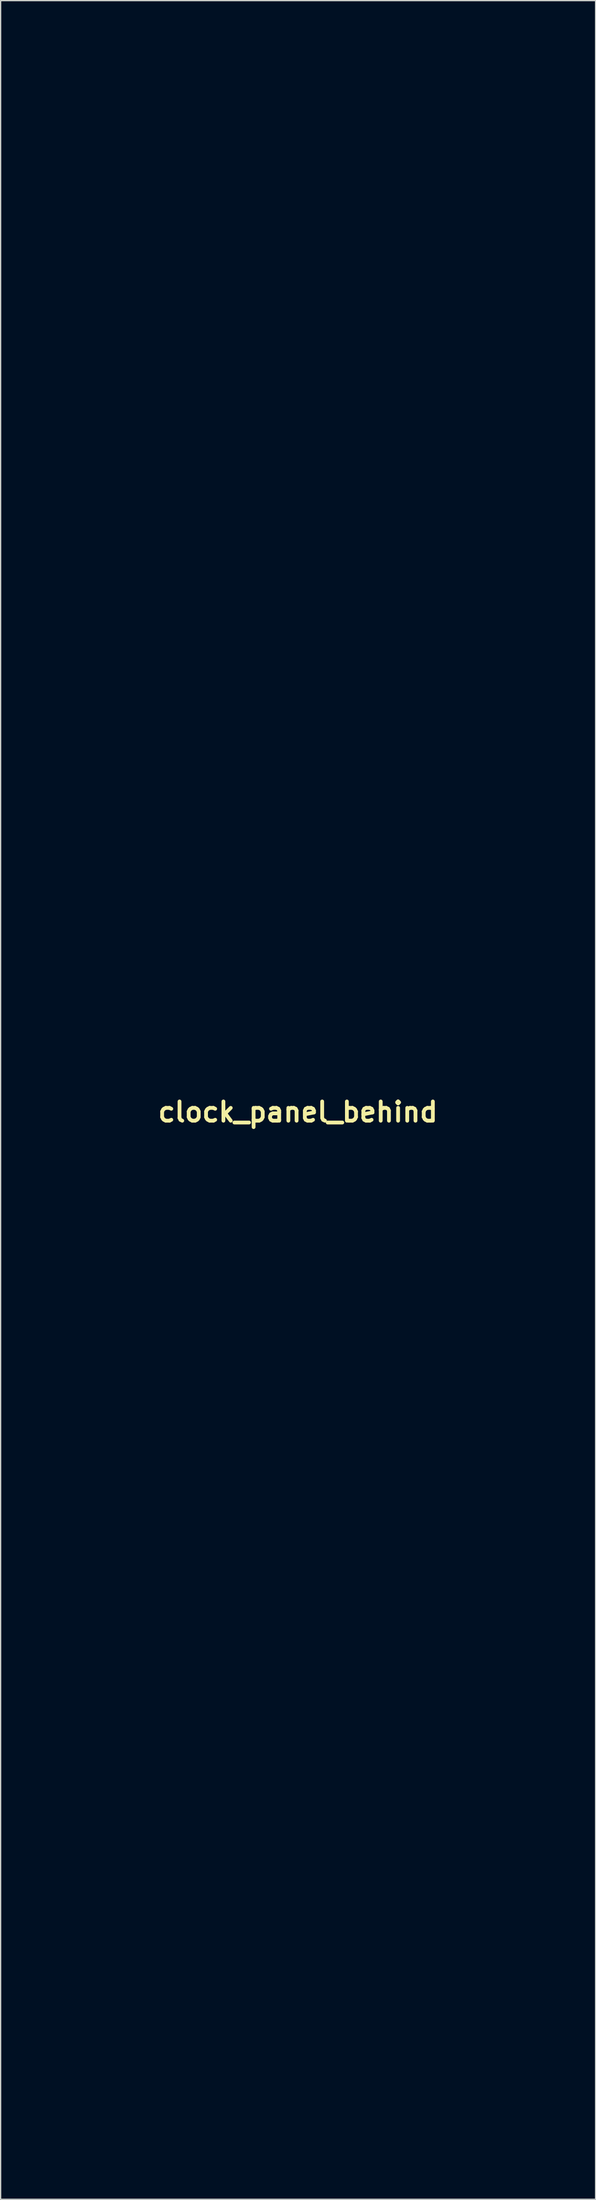
<source format=kicad_pcb>
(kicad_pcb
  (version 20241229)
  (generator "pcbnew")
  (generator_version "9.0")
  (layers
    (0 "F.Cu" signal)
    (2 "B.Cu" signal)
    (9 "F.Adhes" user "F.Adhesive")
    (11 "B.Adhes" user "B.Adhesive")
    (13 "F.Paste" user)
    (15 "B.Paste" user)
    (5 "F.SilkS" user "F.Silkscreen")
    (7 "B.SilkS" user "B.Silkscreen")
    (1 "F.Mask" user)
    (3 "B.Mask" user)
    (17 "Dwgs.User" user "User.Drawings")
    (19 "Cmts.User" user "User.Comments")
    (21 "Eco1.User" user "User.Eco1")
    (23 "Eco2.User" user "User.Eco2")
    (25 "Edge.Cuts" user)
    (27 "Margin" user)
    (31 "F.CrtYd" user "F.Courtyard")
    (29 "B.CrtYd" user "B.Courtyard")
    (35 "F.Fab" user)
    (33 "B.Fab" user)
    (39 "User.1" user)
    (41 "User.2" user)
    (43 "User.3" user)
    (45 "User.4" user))
  (footprint "clock_panel_behind"
    (layer "F.Cu")
    (at 20.594 85.073)
    (property "Reference" "clock_panel_behind" (at 0 0 0) (layer "F.SilkS") (effects (font (size 1.524 1.524) (thickness 0.3))))
    (attr board_only exclude_from_pos_files exclude_from_bom)
    (fp_poly (pts (xy 4.12 -83.337) (xy 4.246 -83.253) (xy 4.346 -83.133) (xy 4.402 -83.001) (xy 4.418 -82.865) (xy 4.397 -82.731) (xy 4.34 -82.609) (xy 4.251 -82.507) (xy 4.132 -82.432) (xy 3.985 -82.392) (xy 3.963 -82.39) (xy 3.867 -82.39) (xy 3.78 -82.401) (xy 3.75 -82.411) (xy 3.61 -82.492) (xy 3.504 -82.603) (xy 3.438 -82.736) (xy 3.414 -82.882) (xy 3.431 -83.01) (xy 3.493 -83.152) (xy 3.587 -83.262) (xy 3.706 -83.338) (xy 3.84 -83.378) (xy 3.981 -83.378)) (stroke (width 0.1) (type solid)) (fill no) (layer "Eco1.User"))
    (fp_poly (pts (xy -0.999 -83.354) (xy -0.863 -83.273) (xy -0.839 -83.253) (xy -0.74 -83.134) (xy -0.685 -83.003) (xy -0.669 -82.866) (xy -0.69 -82.733) (xy -0.746 -82.611) (xy -0.834 -82.508) (xy -0.952 -82.433) (xy -1.096 -82.393) (xy -1.12 -82.39) (xy -1.213 -82.388) (xy -1.295 -82.395) (xy -1.327 -82.402) (xy -1.459 -82.471) (xy -1.565 -82.583) (xy -1.612 -82.663) (xy -1.665 -82.816) (xy -1.668 -82.962) (xy -1.62 -83.101) (xy -1.546 -83.207) (xy -1.423 -83.313) (xy -1.286 -83.373) (xy -1.142 -83.387)) (stroke (width 0.1) (type solid)) (fill no) (layer "Eco1.User"))
    (fp_poly (pts (xy 1.567 -83.343) (xy 1.685 -83.266) (xy 1.782 -83.163) (xy 1.849 -83.041) (xy 1.877 -82.908) (xy 1.875 -82.836) (xy 1.831 -82.679) (xy 1.75 -82.551) (xy 1.636 -82.456) (xy 1.495 -82.401) (xy 1.422 -82.39) (xy 1.33 -82.388) (xy 1.249 -82.395) (xy 1.217 -82.401) (xy 1.112 -82.457) (xy 1.013 -82.546) (xy 0.932 -82.655) (xy 0.88 -82.77) (xy 0.865 -82.86) (xy 0.889 -83.016) (xy 0.956 -83.155) (xy 1.06 -83.269) (xy 1.193 -83.35) (xy 1.3 -83.383) (xy 1.436 -83.384)) (stroke (width 0.1) (type solid)) (fill no) (layer "Eco1.User"))
    (fp_poly (pts (xy -3.518 -83.342) (xy -3.399 -83.265) (xy -3.301 -83.161) (xy -3.233 -83.036) (xy -3.204 -82.9) (xy -3.204 -82.886) (xy -3.223 -82.777) (xy -3.273 -82.659) (xy -3.344 -82.55) (xy -3.425 -82.469) (xy -3.433 -82.464) (xy -3.537 -82.417) (xy -3.664 -82.39) (xy -3.791 -82.387) (xy -3.87 -82.402) (xy -3.94 -82.433) (xy -4.013 -82.477) (xy -4.014 -82.478) (xy -4.074 -82.538) (xy -4.134 -82.628) (xy -4.184 -82.728) (xy -4.215 -82.819) (xy -4.22 -82.86) (xy -4.196 -83.016) (xy -4.129 -83.155) (xy -4.025 -83.269) (xy -3.893 -83.35) (xy -3.785 -83.383) (xy -3.65 -83.384)) (stroke (width 0.1) (type solid)) (fill no) (layer "Eco1.User"))
    (fp_poly (pts (xy -14.892 -83.854) (xy -14.643 -83.792) (xy -14.408 -83.688) (xy -14.194 -83.546) (xy -14.006 -83.368) (xy -13.851 -83.158) (xy -13.784 -83.035) (xy -13.696 -82.819) (xy -13.646 -82.615) (xy -13.631 -82.403) (xy -13.635 -82.295) (xy -13.673 -82.032) (xy -13.753 -81.792) (xy -13.877 -81.564) (xy -13.885 -81.553) (xy -14.056 -81.342) (xy -14.26 -81.167) (xy -14.492 -81.032) (xy -14.74 -80.944) (xy -14.876 -80.92) (xy -15.04 -80.908) (xy -15.213 -80.908) (xy -15.375 -80.92) (xy -15.506 -80.944) (xy -15.752 -81.035) (xy -15.975 -81.169) (xy -16.171 -81.338) (xy -16.335 -81.538) (xy -16.464 -81.762) (xy -16.553 -82.006) (xy -16.598 -82.263) (xy -16.602 -82.377) (xy -16.578 -82.648) (xy -16.507 -82.903) (xy -16.394 -83.138) (xy -16.243 -83.35) (xy -16.057 -83.532) (xy -15.84 -83.68) (xy -15.597 -83.79) (xy -15.408 -83.843) (xy -15.149 -83.873)) (stroke (width 0.1) (type solid)) (fill no) (layer "Eco1.User"))
    (fp_poly (pts (xy -14.856 -55.317) (xy -14.61 -55.256) (xy -14.384 -55.151) (xy -14.172 -54.999) (xy -14.055 -54.891) (xy -13.882 -54.681) (xy -13.752 -54.448) (xy -13.669 -54.199) (xy -13.632 -53.937) (xy -13.643 -53.667) (xy -13.679 -53.483) (xy -13.769 -53.23) (xy -13.899 -53.003) (xy -14.065 -52.805) (xy -14.262 -52.639) (xy -14.484 -52.51) (xy -14.728 -52.421) (xy -14.987 -52.374) (xy -15.258 -52.373) (xy -15.293 -52.377) (xy -15.546 -52.429) (xy -15.787 -52.527) (xy -16.008 -52.665) (xy -16.201 -52.839) (xy -16.361 -53.042) (xy -16.446 -53.193) (xy -16.496 -53.307) (xy -16.54 -53.422) (xy -16.57 -53.518) (xy -16.575 -53.541) (xy -16.605 -53.808) (xy -16.586 -54.074) (xy -16.522 -54.332) (xy -16.413 -54.574) (xy -16.262 -54.794) (xy -16.175 -54.891) (xy -15.971 -55.069) (xy -15.758 -55.2) (xy -15.529 -55.286) (xy -15.277 -55.329) (xy -15.128 -55.335)) (stroke (width 0.1) (type solid)) (fill no) (layer "Eco1.User"))
    (fp_poly (pts (xy 15.647 -55.306) (xy 15.903 -55.225) (xy 16.031 -55.164) (xy 16.119 -55.109) (xy 16.224 -55.03) (xy 16.327 -54.941) (xy 16.364 -54.906) (xy 16.543 -54.697) (xy 16.677 -54.466) (xy 16.764 -54.216) (xy 16.804 -53.951) (xy 16.806 -53.868) (xy 16.797 -53.677) (xy 16.768 -53.507) (xy 16.713 -53.338) (xy 16.649 -53.193) (xy 16.515 -52.968) (xy 16.343 -52.775) (xy 16.141 -52.615) (xy 15.914 -52.492) (xy 15.667 -52.41) (xy 15.406 -52.371) (xy 15.138 -52.379) (xy 15.133 -52.38) (xy 14.874 -52.435) (xy 14.636 -52.534) (xy 14.422 -52.67) (xy 14.236 -52.839) (xy 14.081 -53.035) (xy 13.961 -53.255) (xy 13.879 -53.492) (xy 13.838 -53.742) (xy 13.842 -54.001) (xy 13.879 -54.205) (xy 13.968 -54.464) (xy 14.097 -54.694) (xy 14.258 -54.893) (xy 14.447 -55.059) (xy 14.661 -55.188) (xy 14.892 -55.28) (xy 15.137 -55.332) (xy 15.39 -55.342)) (stroke (width 0.1) (type solid)) (fill no) (layer "Eco1.User"))
    (fp_poly (pts (xy 20.501 17.055) (xy 20.569 17.127) (xy 20.569 32.942) (xy 20.51 32.998) (xy 20.451 33.053) (xy 8.767 33.053) (xy 8.611 32.905) (xy 8.461 32.763) (xy 8.289 32.601) (xy 8.098 32.42) (xy 7.891 32.223) (xy 7.669 32.012) (xy 7.437 31.792) (xy 7.197 31.564) (xy 6.952 31.331) (xy 6.705 31.096) (xy 6.458 30.862) (xy 6.215 30.63) (xy 5.979 30.405) (xy 5.751 30.189) (xy 5.536 29.984) (xy 5.336 29.793) (xy 5.153 29.619) (xy 4.992 29.465) (xy 4.854 29.333) (xy 4.742 29.226) (xy 4.66 29.147) (xy 4.61 29.099) (xy 4.596 29.085) (xy 4.5 28.987) (xy 4.5 17.264) (xy 4.755 17.264) (xy 4.755 23.067) (xy 4.756 28.871) (xy 8.886 32.799) (xy 20.289 32.799) (xy 20.289 17.264) (xy 4.755 17.264) (xy 4.5 17.264) (xy 4.5 17.095) (xy 4.559 17.039) (xy 4.618 16.984) (xy 20.433 16.984)) (stroke (width 0.1) (type solid)) (fill no) (layer "Eco1.User"))
    (fp_poly (pts (xy 15.605 -83.845) (xy 15.854 -83.771) (xy 16.091 -83.651) (xy 16.308 -83.486) (xy 16.374 -83.423) (xy 16.551 -83.209) (xy 16.684 -82.974) (xy 16.77 -82.722) (xy 16.808 -82.457) (xy 16.798 -82.185) (xy 16.778 -82.068) (xy 16.704 -81.828) (xy 16.586 -81.603) (xy 16.429 -81.398) (xy 16.241 -81.22) (xy 16.027 -81.076) (xy 15.794 -80.971) (xy 15.699 -80.943) (xy 15.554 -80.917) (xy 15.382 -80.907) (xy 15.202 -80.91) (xy 15.034 -80.926) (xy 14.912 -80.952) (xy 14.659 -81.051) (xy 14.431 -81.192) (xy 14.233 -81.37) (xy 14.145 -81.475) (xy 14.048 -81.612) (xy 13.978 -81.734) (xy 13.926 -81.862) (xy 13.881 -82.016) (xy 13.881 -82.016) (xy 13.839 -82.279) (xy 13.845 -82.548) (xy 13.899 -82.813) (xy 13.999 -83.066) (xy 14.015 -83.098) (xy 14.101 -83.231) (xy 14.218 -83.372) (xy 14.351 -83.505) (xy 14.487 -83.616) (xy 14.569 -83.668) (xy 14.824 -83.785) (xy 15.084 -83.852) (xy 15.346 -83.872)) (stroke (width 0.1) (type solid)) (fill no) (layer "Eco1.User"))
    (fp_poly (pts (xy -4.53 17.043) (xy -4.475 17.102) (xy -4.475 32.942) (xy -4.534 32.998) (xy -4.593 33.053) (xy -16.27 33.053) (xy -18.391 31.033) (xy -18.668 30.769) (xy -18.934 30.515) (xy -19.188 30.272) (xy -19.427 30.043) (xy -19.649 29.83) (xy -19.851 29.635) (xy -20.031 29.461) (xy -20.187 29.31) (xy -20.317 29.184) (xy -20.418 29.085) (xy -20.487 29.015) (xy -20.523 28.977) (xy -20.528 28.971) (xy -20.529 28.943) (xy -20.53 28.878) (xy -20.264 28.878) (xy -18.211 30.837) (xy -16.158 32.795) (xy -10.443 32.797) (xy -4.729 32.799) (xy -4.729 17.264) (xy -20.264 17.264) (xy -20.264 28.878) (xy -20.53 28.878) (xy -20.531 28.865) (xy -20.532 28.741) (xy -20.533 28.573) (xy -20.535 28.363) (xy -20.536 28.114) (xy -20.537 27.827) (xy -20.538 27.506) (xy -20.539 27.151) (xy -20.54 26.766) (xy -20.541 26.353) (xy -20.542 25.913) (xy -20.542 25.45) (xy -20.543 24.965) (xy -20.543 24.461) (xy -20.544 23.94) (xy -20.544 23.404) (xy -20.544 23.028) (xy -20.544 17.127) (xy -20.475 17.055) (xy -20.407 16.984) (xy -4.585 16.984)) (stroke (width 0.1) (type solid)) (fill no) (layer "Eco1.User"))
    (fp_poly (pts (xy 17.95 -84.88) (xy 17.95 -51.343) (xy 17.892 -51.288) (xy 17.833 -51.232) (xy 7.103 -51.232) (xy 7.047 -51.291) (xy 7.036 -51.304) (xy 7.026 -51.319) (xy 7.017 -51.341) (xy 7.011 -51.372) (xy 7.005 -51.418) (xy 7 -51.483) (xy 6.997 -51.569) (xy 6.994 -51.683) (xy 6.992 -51.827) (xy 6.99 -52.005) (xy 6.989 -52.222) (xy 6.987 -52.482) (xy 6.986 -52.785) (xy 6.979 -54.22) (xy -6.776 -54.22) (xy -6.782 -52.785) (xy -6.784 -52.478) (xy -6.785 -52.219) (xy -6.787 -52.003) (xy -6.788 -51.825) (xy -6.791 -51.681) (xy -6.793 -51.568) (xy -6.797 -51.482) (xy -6.802 -51.418) (xy -6.807 -51.372) (xy -6.814 -51.34) (xy -6.822 -51.319) (xy -6.832 -51.304) (xy -6.844 -51.291) (xy -6.899 -51.232) (xy -17.636 -51.232) (xy -17.747 -51.35) (xy -17.747 -51.486) (xy -17.493 -51.486) (xy -7.043 -51.486) (xy -7.043 -54.344) (xy -6.975 -54.415) (xy -6.906 -54.487) (xy 7.11 -54.487) (xy 7.178 -54.415) (xy 7.246 -54.344) (xy 7.246 -51.486) (xy 17.696 -51.486) (xy 17.696 -84.743) (xy -17.493 -84.743) (xy -17.493 -51.486) (xy -17.747 -51.486) (xy -17.747 -84.88) (xy -17.679 -84.951) (xy -17.61 -85.023) (xy 17.814 -85.023)) (stroke (width 0.1) (type solid)) (fill no) (layer "Eco1.User"))
    (fp_poly (pts (xy 20.501 42.074) (xy 20.569 42.145) (xy 20.569 57.954) (xy 20.501 58.026) (xy 20.433 58.097) (xy 14.634 58.095) (xy 14.094 58.095) (xy 13.567 58.095) (xy 13.056 58.094) (xy 12.562 58.094) (xy 12.088 58.093) (xy 11.637 58.092) (xy 11.21 58.09) (xy 10.81 58.089) (xy 10.439 58.088) (xy 10.1 58.086) (xy 9.794 58.085) (xy 9.524 58.083) (xy 9.292 58.081) (xy 9.101 58.08) (xy 8.953 58.078) (xy 8.85 58.076) (xy 8.794 58.074) (xy 8.784 58.073) (xy 8.761 58.054) (xy 8.704 58.002) (xy 8.615 57.92) (xy 8.499 57.812) (xy 8.357 57.68) (xy 8.192 57.526) (xy 8.008 57.353) (xy 7.807 57.164) (xy 7.593 56.962) (xy 7.367 56.749) (xy 7.134 56.528) (xy 6.895 56.303) (xy 6.654 56.074) (xy 6.413 55.846) (xy 6.176 55.621) (xy 5.945 55.402) (xy 5.723 55.191) (xy 5.513 54.991) (xy 5.318 54.805) (xy 5.141 54.635) (xy 4.984 54.485) (xy 4.851 54.357) (xy 4.745 54.254) (xy 4.667 54.178) (xy 4.634 54.144) (xy 4.5 54.008) (xy 4.5 53.891) (xy 4.755 53.891) (xy 8.877 57.817) (xy 20.289 57.817) (xy 20.289 42.282) (xy 4.755 42.282) (xy 4.755 53.891) (xy 4.5 53.891) (xy 4.5 42.145) (xy 4.569 42.074) (xy 4.637 42.003) (xy 20.433 42.003)) (stroke (width 0.1) (type solid)) (fill no) (layer "Eco1.User"))
    (fp_poly (pts (xy -11.961 69.593) (xy -11.446 69.669) (xy -10.941 69.795) (xy -10.448 69.968) (xy -10.072 70.138) (xy -9.7 70.337) (xy -9.365 70.55) (xy -9.052 70.786) (xy -8.748 71.054) (xy -8.554 71.246) (xy -8.259 71.57) (xy -8.002 71.903) (xy -7.772 72.258) (xy -7.562 72.648) (xy -7.528 72.717) (xy -7.327 73.191) (xy -7.173 73.679) (xy -7.067 74.175) (xy -7.008 74.678) (xy -6.996 75.184) (xy -7.03 75.688) (xy -7.11 76.188) (xy -7.236 76.68) (xy -7.408 77.161) (xy -7.624 77.627) (xy -7.884 78.075) (xy -8.111 78.399) (xy -8.439 78.794) (xy -8.804 79.155) (xy -9.202 79.481) (xy -9.628 79.769) (xy -10.079 80.016) (xy -10.551 80.222) (xy -11.041 80.383) (xy -11.544 80.497) (xy -11.782 80.534) (xy -12.004 80.556) (xy -12.258 80.568) (xy -12.529 80.571) (xy -12.8 80.565) (xy -13.056 80.55) (xy -13.28 80.527) (xy -13.316 80.522) (xy -13.833 80.418) (xy -14.332 80.268) (xy -14.811 80.073) (xy -15.268 79.835) (xy -15.7 79.557) (xy -16.103 79.239) (xy -16.477 78.885) (xy -16.817 78.495) (xy -17.121 78.072) (xy -17.387 77.619) (xy -17.467 77.459) (xy -17.669 76.988) (xy -17.823 76.509) (xy -17.929 76.017) (xy -17.989 75.51) (xy -18.003 75.091) (xy -17.995 74.727) (xy -17.97 74.396) (xy -17.924 74.083) (xy -17.855 73.77) (xy -17.76 73.443) (xy -17.718 73.314) (xy -17.528 72.827) (xy -17.295 72.365) (xy -17.023 71.931) (xy -16.713 71.526) (xy -16.369 71.154) (xy -15.993 70.816) (xy -15.587 70.513) (xy -15.154 70.249) (xy -14.698 70.025) (xy -14.219 69.842) (xy -13.722 69.704) (xy -13.208 69.613) (xy -13.005 69.59) (xy -12.482 69.567)) (stroke (width 0.1) (type solid)) (fill no) (layer "Eco1.User"))
    (fp_poly (pts (xy -12.034 19.544) (xy -11.579 19.596) (xy -11.143 19.686) (xy -10.714 19.817) (xy -10.284 19.99) (xy -10.079 20.085) (xy -9.618 20.338) (xy -9.188 20.63) (xy -8.791 20.958) (xy -8.429 21.321) (xy -8.103 21.714) (xy -7.815 22.136) (xy -7.567 22.584) (xy -7.361 23.055) (xy -7.198 23.547) (xy -7.081 24.057) (xy -7.018 24.506) (xy -6.993 25.015) (xy -7.017 25.526) (xy -7.089 26.035) (xy -7.208 26.536) (xy -7.374 27.024) (xy -7.566 27.456) (xy -7.765 27.828) (xy -7.978 28.163) (xy -8.214 28.476) (xy -8.482 28.78) (xy -8.674 28.974) (xy -9.067 29.323) (xy -9.488 29.629) (xy -9.933 29.893) (xy -10.4 30.114) (xy -10.885 30.289) (xy -11.386 30.418) (xy -11.899 30.5) (xy -12.422 30.533) (xy -12.942 30.518) (xy -13.093 30.503) (xy -13.275 30.477) (xy -13.469 30.445) (xy -13.658 30.409) (xy -13.822 30.372) (xy -13.833 30.369) (xy -14.338 30.218) (xy -14.82 30.022) (xy -15.275 29.785) (xy -15.703 29.508) (xy -16.102 29.195) (xy -16.468 28.847) (xy -16.801 28.467) (xy -17.099 28.056) (xy -17.358 27.618) (xy -17.578 27.154) (xy -17.757 26.667) (xy -17.892 26.159) (xy -17.976 25.667) (xy -17.99 25.52) (xy -17.998 25.336) (xy -18.002 25.129) (xy -18.001 24.913) (xy -17.995 24.701) (xy -17.985 24.508) (xy -17.971 24.346) (xy -17.965 24.307) (xy -17.866 23.774) (xy -17.722 23.264) (xy -17.532 22.776) (xy -17.298 22.313) (xy -17.019 21.875) (xy -16.696 21.461) (xy -16.488 21.233) (xy -16.097 20.859) (xy -15.681 20.531) (xy -15.244 20.248) (xy -14.786 20.011) (xy -14.309 19.82) (xy -13.813 19.676) (xy -13.301 19.58) (xy -12.774 19.533) (xy -12.517 19.527)) (stroke (width 0.1) (type solid)) (fill no) (layer "Eco1.User"))
    (fp_poly (pts (xy -4.53 67.106) (xy -4.475 67.165) (xy -4.475 83.005) (xy -4.593 83.116) (xy -10.401 83.114) (xy -10.951 83.114) (xy -11.487 83.113) (xy -12.006 83.113) (xy -12.505 83.112) (xy -12.984 83.111) (xy -13.438 83.11) (xy -13.867 83.109) (xy -14.268 83.108) (xy -14.639 83.106) (xy -14.977 83.105) (xy -15.28 83.103) (xy -15.547 83.101) (xy -15.775 83.099) (xy -15.962 83.097) (xy -16.105 83.095) (xy -16.203 83.093) (xy -16.253 83.091) (xy -16.26 83.09) (xy -16.285 83.07) (xy -16.345 83.017) (xy -16.435 82.934) (xy -16.554 82.824) (xy -16.698 82.689) (xy -16.864 82.533) (xy -17.05 82.358) (xy -17.253 82.167) (xy -17.469 81.962) (xy -17.697 81.747) (xy -17.932 81.523) (xy -18.173 81.294) (xy -18.417 81.062) (xy -18.66 80.831) (xy -18.9 80.602) (xy -19.134 80.378) (xy -19.359 80.163) (xy -19.572 79.958) (xy -19.77 79.767) (xy -19.951 79.593) (xy -20.112 79.437) (xy -20.25 79.304) (xy -20.362 79.194) (xy -20.444 79.112) (xy -20.495 79.06) (xy -20.512 79.041) (xy -20.515 79.025) (xy -20.518 78.988) (xy -20.522 78.93) (xy -20.524 78.847) (xy -20.527 78.74) (xy -20.529 78.606) (xy -20.531 78.444) (xy -20.533 78.251) (xy -20.535 78.027) (xy -20.537 77.77) (xy -20.538 77.478) (xy -20.539 77.15) (xy -20.54 76.783) (xy -20.541 76.377) (xy -20.542 75.93) (xy -20.542 75.439) (xy -20.543 74.904) (xy -20.543 74.323) (xy -20.543 73.694) (xy -20.543 73.071) (xy -20.544 67.301) (xy -20.264 67.301) (xy -20.263 78.933) (xy -16.159 82.836) (xy -4.729 82.836) (xy -4.729 67.301) (xy -20.264 67.301) (xy -20.544 67.301) (xy -20.544 67.157) (xy -20.426 67.047) (xy -4.585 67.047)) (stroke (width 0.1) (type solid)) (fill no) (layer "Eco1.User"))
    (fp_poly (pts (xy 13.037 69.593) (xy 13.536 69.663) (xy 14.028 69.778) (xy 14.509 69.937) (xy 14.976 70.141) (xy 15.424 70.389) (xy 15.851 70.681) (xy 15.966 70.771) (xy 16.352 71.111) (xy 16.705 71.489) (xy 17.023 71.899) (xy 17.303 72.338) (xy 17.542 72.801) (xy 17.737 73.283) (xy 17.876 73.743) (xy 17.939 74.037) (xy 17.986 74.366) (xy 18.016 74.712) (xy 18.03 75.061) (xy 18.025 75.398) (xy 18.002 75.707) (xy 18 75.717) (xy 17.914 76.232) (xy 17.78 76.732) (xy 17.601 77.215) (xy 17.379 77.677) (xy 17.116 78.116) (xy 16.813 78.529) (xy 16.474 78.913) (xy 16.1 79.264) (xy 15.693 79.581) (xy 15.255 79.86) (xy 14.936 80.028) (xy 14.565 80.193) (xy 14.187 80.328) (xy 13.786 80.437) (xy 13.437 80.511) (xy 13.314 80.528) (xy 13.151 80.542) (xy 12.96 80.553) (xy 12.75 80.56) (xy 12.534 80.564) (xy 12.322 80.564) (xy 12.126 80.561) (xy 11.955 80.553) (xy 11.822 80.541) (xy 11.797 80.537) (xy 11.256 80.43) (xy 10.741 80.28) (xy 10.251 80.086) (xy 9.786 79.849) (xy 9.344 79.566) (xy 8.972 79.28) (xy 8.594 78.931) (xy 8.253 78.549) (xy 7.951 78.138) (xy 7.688 77.701) (xy 7.467 77.242) (xy 7.288 76.764) (xy 7.154 76.271) (xy 7.065 75.767) (xy 7.023 75.254) (xy 7.03 74.737) (xy 7.044 74.56) (xy 7.118 74.04) (xy 7.24 73.533) (xy 7.41 73.042) (xy 7.626 72.569) (xy 7.885 72.118) (xy 8.188 71.693) (xy 8.532 71.295) (xy 8.579 71.246) (xy 8.862 70.972) (xy 9.142 70.734) (xy 9.433 70.522) (xy 9.748 70.326) (xy 10.081 70.147) (xy 10.551 69.937) (xy 11.035 69.775) (xy 11.529 69.66) (xy 12.03 69.591) (xy 12.534 69.569)) (stroke (width 0.1) (type solid)) (fill no) (layer "Eco1.User"))
    (fp_poly (pts (xy -12.103 44.561) (xy -11.599 44.618) (xy -11.103 44.722) (xy -10.619 44.873) (xy -10.44 44.942) (xy -9.958 45.165) (xy -9.505 45.429) (xy -9.083 45.731) (xy -8.695 46.069) (xy -8.342 46.441) (xy -8.025 46.844) (xy -7.746 47.277) (xy -7.508 47.738) (xy -7.31 48.223) (xy -7.156 48.732) (xy -7.052 49.236) (xy -7.029 49.417) (xy -7.014 49.635) (xy -7.006 49.876) (xy -7.004 50.126) (xy -7.01 50.372) (xy -7.022 50.601) (xy -7.042 50.798) (xy -7.051 50.864) (xy -7.161 51.387) (xy -7.315 51.889) (xy -7.511 52.368) (xy -7.748 52.822) (xy -8.022 53.249) (xy -8.332 53.646) (xy -8.676 54.012) (xy -9.051 54.344) (xy -9.456 54.64) (xy -9.888 54.899) (xy -10.345 55.119) (xy -10.824 55.296) (xy -11.325 55.43) (xy -11.844 55.518) (xy -11.93 55.528) (xy -12.055 55.538) (xy -12.215 55.545) (xy -12.397 55.549) (xy -12.585 55.55) (xy -12.764 55.548) (xy -12.919 55.543) (xy -13.005 55.537) (xy -13.173 55.518) (xy -13.372 55.487) (xy -13.583 55.447) (xy -13.789 55.403) (xy -13.908 55.373) (xy -14.407 55.217) (xy -14.88 55.019) (xy -15.329 54.777) (xy -15.755 54.49) (xy -16.161 54.157) (xy -16.401 53.929) (xy -16.761 53.534) (xy -17.076 53.115) (xy -17.347 52.673) (xy -17.572 52.21) (xy -17.751 51.727) (xy -17.883 51.226) (xy -17.968 50.708) (xy -18.005 50.175) (xy -17.998 49.719) (xy -17.947 49.212) (xy -17.848 48.713) (xy -17.702 48.228) (xy -17.51 47.758) (xy -17.276 47.307) (xy -17 46.878) (xy -16.684 46.474) (xy -16.331 46.098) (xy -15.941 45.753) (xy -15.518 45.442) (xy -15.477 45.415) (xy -15.042 45.161) (xy -14.584 44.95) (xy -14.107 44.783) (xy -13.617 44.66) (xy -13.116 44.582) (xy -12.61 44.549)) (stroke (width 0.1) (type solid)) (fill no) (layer "Eco1.User"))
    (fp_poly (pts (xy 12.685 19.534) (xy 12.903 19.541) (xy 13.107 19.553) (xy 13.286 19.568) (xy 13.427 19.587) (xy 13.437 19.589) (xy 13.855 19.679) (xy 14.24 19.789) (xy 14.609 19.925) (xy 14.967 20.087) (xy 15.418 20.337) (xy 15.843 20.629) (xy 16.239 20.96) (xy 16.603 21.326) (xy 16.931 21.724) (xy 17.223 22.151) (xy 17.474 22.605) (xy 17.682 23.081) (xy 17.76 23.298) (xy 17.892 23.772) (xy 17.981 24.265) (xy 18.026 24.77) (xy 18.027 25.278) (xy 17.982 25.783) (xy 17.893 26.276) (xy 17.887 26.303) (xy 17.774 26.702) (xy 17.622 27.109) (xy 17.44 27.509) (xy 17.233 27.886) (xy 17.109 28.082) (xy 16.797 28.503) (xy 16.45 28.889) (xy 16.072 29.238) (xy 15.666 29.549) (xy 15.234 29.82) (xy 14.781 30.049) (xy 14.308 30.237) (xy 13.819 30.38) (xy 13.318 30.477) (xy 12.807 30.528) (xy 12.289 30.53) (xy 11.975 30.507) (xy 11.737 30.475) (xy 11.472 30.427) (xy 11.198 30.366) (xy 10.937 30.297) (xy 10.782 30.25) (xy 10.59 30.18) (xy 10.371 30.087) (xy 10.139 29.98) (xy 9.91 29.864) (xy 9.698 29.748) (xy 9.518 29.638) (xy 9.496 29.624) (xy 9.07 29.308) (xy 8.68 28.96) (xy 8.329 28.582) (xy 8.016 28.176) (xy 7.744 27.747) (xy 7.513 27.295) (xy 7.325 26.826) (xy 7.18 26.34) (xy 7.082 25.842) (xy 7.029 25.335) (xy 7.024 24.82) (xy 7.068 24.301) (xy 7.121 23.976) (xy 7.244 23.469) (xy 7.412 22.982) (xy 7.623 22.518) (xy 7.875 22.079) (xy 8.164 21.667) (xy 8.488 21.284) (xy 8.846 20.932) (xy 9.235 20.614) (xy 9.652 20.332) (xy 10.095 20.088) (xy 10.561 19.884) (xy 11.049 19.722) (xy 11.555 19.605) (xy 11.922 19.551) (xy 12.073 19.539) (xy 12.258 19.532) (xy 12.466 19.531)) (stroke (width 0.1) (type solid)) (fill no) (layer "Eco1.User"))
    (fp_poly (pts (xy -4.543 42.074) (xy -4.475 42.145) (xy -4.475 57.954) (xy -4.543 58.026) (xy -4.612 58.097) (xy -10.41 58.096) (xy -11.081 58.096) (xy -11.702 58.096) (xy -12.276 58.095) (xy -12.804 58.095) (xy -13.287 58.094) (xy -13.727 58.093) (xy -14.126 58.092) (xy -14.485 58.091) (xy -14.806 58.09) (xy -15.09 58.089) (xy -15.339 58.087) (xy -15.554 58.085) (xy -15.738 58.083) (xy -15.891 58.081) (xy -16.016 58.078) (xy -16.113 58.076) (xy -16.185 58.073) (xy -16.233 58.069) (xy -16.259 58.066) (xy -16.263 58.064) (xy -16.29 58.042) (xy -16.35 57.988) (xy -16.441 57.904) (xy -16.56 57.792) (xy -16.705 57.657) (xy -16.872 57.5) (xy -17.058 57.324) (xy -17.261 57.132) (xy -17.478 56.927) (xy -17.706 56.711) (xy -17.942 56.487) (xy -18.183 56.257) (xy -18.426 56.025) (xy -18.669 55.794) (xy -18.909 55.565) (xy -19.143 55.342) (xy -19.367 55.127) (xy -19.58 54.923) (xy -19.778 54.733) (xy -19.958 54.56) (xy -20.118 54.406) (xy -20.255 54.273) (xy -20.365 54.166) (xy -20.447 54.085) (xy -20.496 54.035) (xy -20.511 54.018) (xy -20.515 54.002) (xy -20.518 53.963) (xy -20.521 53.902) (xy -20.524 53.815) (xy -20.526 53.702) (xy -20.529 53.561) (xy -20.531 53.39) (xy -20.533 53.189) (xy -20.534 52.954) (xy -20.536 52.686) (xy -20.537 52.381) (xy -20.539 52.039) (xy -20.54 51.659) (xy -20.54 51.237) (xy -20.541 50.774) (xy -20.542 50.267) (xy -20.542 49.714) (xy -20.543 49.115) (xy -20.543 48.468) (xy -20.543 48.055) (xy -20.544 42.282) (xy -20.264 42.282) (xy -20.262 48.099) (xy -20.26 53.915) (xy -18.209 55.865) (xy -16.158 57.816) (xy -10.443 57.817) (xy -4.729 57.817) (xy -4.729 42.282) (xy -20.264 42.282) (xy -20.544 42.282) (xy -20.544 42.145) (xy -20.475 42.074) (xy -20.407 42.003) (xy -4.612 42.003)) (stroke (width 0.1) (type solid)) (fill no) (layer "Eco1.User"))
    (fp_poly (pts (xy 20.514 67.106) (xy 20.569 67.165) (xy 20.569 82.973) (xy 20.501 83.044) (xy 20.433 83.116) (xy 14.621 83.116) (xy 13.978 83.116) (xy 13.385 83.116) (xy 12.838 83.116) (xy 12.336 83.115) (xy 11.878 83.115) (xy 11.46 83.115) (xy 11.082 83.114) (xy 10.741 83.114) (xy 10.435 83.113) (xy 10.162 83.112) (xy 9.921 83.111) (xy 9.709 83.11) (xy 9.525 83.108) (xy 9.366 83.106) (xy 9.231 83.105) (xy 9.117 83.102) (xy 9.023 83.1) (xy 8.946 83.097) (xy 8.886 83.094) (xy 8.839 83.091) (xy 8.803 83.087) (xy 8.778 83.083) (xy 8.761 83.079) (xy 8.75 83.075) (xy 8.746 83.072) (xy 8.716 83.047) (xy 8.653 82.989) (xy 8.559 82.902) (xy 8.438 82.789) (xy 8.292 82.652) (xy 8.124 82.493) (xy 7.937 82.316) (xy 7.733 82.123) (xy 7.517 81.917) (xy 7.289 81.701) (xy 7.054 81.477) (xy 6.814 81.248) (xy 6.572 81.017) (xy 6.33 80.786) (xy 6.092 80.558) (xy 5.86 80.337) (xy 5.638 80.123) (xy 5.427 79.921) (xy 5.232 79.733) (xy 5.054 79.562) (xy 4.896 79.409) (xy 4.762 79.279) (xy 4.655 79.174) (xy 4.576 79.096) (xy 4.529 79.048) (xy 4.516 79.034) (xy 4.515 79.005) (xy 4.513 78.927) (xy 4.513 78.915) (xy 4.755 78.915) (xy 8.861 82.833) (xy 14.575 82.834) (xy 20.289 82.836) (xy 20.289 67.301) (xy 4.755 67.301) (xy 4.755 78.915) (xy 4.513 78.915) (xy 4.512 78.803) (xy 4.51 78.636) (xy 4.509 78.426) (xy 4.508 78.176) (xy 4.507 77.89) (xy 4.506 77.568) (xy 4.505 77.213) (xy 4.504 76.828) (xy 4.503 76.415) (xy 4.502 75.975) (xy 4.502 75.512) (xy 4.501 75.027) (xy 4.501 74.522) (xy 4.5 74.001) (xy 4.5 73.465) (xy 4.5 73.075) (xy 4.5 67.157) (xy 4.618 67.047) (xy 20.459 67.047)) (stroke (width 0.1) (type solid)) (fill no) (layer "Eco1.User"))
    (fp_poly (pts (xy 12.72 44.558) (xy 12.947 44.565) (xy 13.153 44.578) (xy 13.324 44.596) (xy 13.376 44.604) (xy 13.906 44.718) (xy 14.418 44.879) (xy 14.908 45.085) (xy 15.376 45.337) (xy 15.818 45.632) (xy 15.952 45.734) (xy 16.084 45.845) (xy 16.237 45.986) (xy 16.399 46.145) (xy 16.562 46.314) (xy 16.714 46.48) (xy 16.846 46.633) (xy 16.924 46.732) (xy 17.22 47.17) (xy 17.471 47.626) (xy 17.676 48.098) (xy 17.834 48.581) (xy 17.947 49.074) (xy 18.014 49.573) (xy 18.035 50.075) (xy 18.011 50.576) (xy 17.94 51.074) (xy 17.823 51.565) (xy 17.661 52.047) (xy 17.452 52.516) (xy 17.198 52.969) (xy 16.94 53.347) (xy 16.823 53.493) (xy 16.678 53.66) (xy 16.516 53.834) (xy 16.348 54.007) (xy 16.182 54.166) (xy 16.031 54.302) (xy 15.952 54.366) (xy 15.52 54.674) (xy 15.061 54.938) (xy 14.578 55.159) (xy 14.075 55.335) (xy 13.556 55.463) (xy 13.399 55.492) (xy 13.25 55.512) (xy 13.063 55.527) (xy 12.85 55.537) (xy 12.624 55.543) (xy 12.398 55.544) (xy 12.184 55.54) (xy 11.994 55.531) (xy 11.848 55.517) (xy 11.327 55.424) (xy 10.824 55.285) (xy 10.342 55.102) (xy 9.883 54.878) (xy 9.45 54.615) (xy 9.044 54.314) (xy 8.669 53.978) (xy 8.326 53.609) (xy 8.017 53.209) (xy 7.745 52.78) (xy 7.512 52.325) (xy 7.321 51.846) (xy 7.173 51.344) (xy 7.107 51.035) (xy 7.038 50.528) (xy 7.018 50.016) (xy 7.046 49.505) (xy 7.122 48.997) (xy 7.244 48.499) (xy 7.411 48.014) (xy 7.622 47.547) (xy 7.876 47.103) (xy 7.952 46.989) (xy 8.275 46.555) (xy 8.63 46.162) (xy 9.015 45.809) (xy 9.43 45.496) (xy 9.874 45.225) (xy 10.346 44.996) (xy 10.845 44.81) (xy 11.369 44.667) (xy 11.683 44.605) (xy 11.837 44.585) (xy 12.03 44.57) (xy 12.25 44.561) (xy 12.484 44.557)) (stroke (width 0.1) (type solid)) (fill no) (layer "Eco1.User"))
    (fp_poly (pts (xy 0.351 -43.154) (xy 0.563 -43.148) (xy 0.748 -43.139) (xy 0.894 -43.127) (xy 0.903 -43.126) (xy 1.546 -43.025) (xy 2.173 -42.878) (xy 2.78 -42.684) (xy 3.367 -42.446) (xy 3.932 -42.165) (xy 4.471 -41.842) (xy 4.983 -41.478) (xy 5.467 -41.074) (xy 5.919 -40.632) (xy 6.339 -40.153) (xy 6.723 -39.638) (xy 6.825 -39.486) (xy 7.15 -38.945) (xy 7.432 -38.378) (xy 7.669 -37.789) (xy 7.861 -37.18) (xy 8.007 -36.553) (xy 8.106 -35.912) (xy 8.113 -35.85) (xy 8.126 -35.691) (xy 8.135 -35.496) (xy 8.141 -35.275) (xy 8.143 -35.043) (xy 8.141 -34.81) (xy 8.136 -34.59) (xy 8.127 -34.395) (xy 8.114 -34.237) (xy 8.113 -34.223) (xy 8.014 -33.566) (xy 7.87 -32.929) (xy 7.68 -32.315) (xy 7.446 -31.723) (xy 7.168 -31.156) (xy 6.848 -30.614) (xy 6.485 -30.099) (xy 6.082 -29.613) (xy 5.638 -29.157) (xy 5.155 -28.732) (xy 4.633 -28.34) (xy 4.427 -28.201) (xy 3.906 -27.889) (xy 3.354 -27.617) (xy 2.778 -27.385) (xy 2.18 -27.195) (xy 1.567 -27.049) (xy 1.055 -26.963) (xy 0.95 -26.952) (xy 0.807 -26.941) (xy 0.637 -26.932) (xy 0.448 -26.923) (xy 0.25 -26.916) (xy 0.053 -26.911) (xy -0.134 -26.908) (xy -0.301 -26.907) (xy -0.439 -26.908) (xy -0.539 -26.913) (xy -0.559 -26.915) (xy -0.622 -26.922) (xy -0.721 -26.932) (xy -0.838 -26.945) (xy -0.915 -26.953) (xy -1.32 -27.009) (xy -1.746 -27.093) (xy -2.174 -27.199) (xy -2.584 -27.325) (xy -2.593 -27.328) (xy -3.192 -27.557) (xy -3.767 -27.831) (xy -4.317 -28.148) (xy -4.84 -28.507) (xy -5.334 -28.904) (xy -5.795 -29.34) (xy -6.224 -29.812) (xy -6.617 -30.318) (xy -6.972 -30.857) (xy -6.985 -30.879) (xy -7.285 -31.427) (xy -7.54 -31.999) (xy -7.751 -32.593) (xy -7.917 -33.213) (xy -8.039 -33.857) (xy -8.088 -34.223) (xy -8.1 -34.369) (xy -8.109 -34.554) (xy -8.114 -34.765) (xy -8.117 -34.991) (xy -8.116 -35.22) (xy -8.111 -35.438) (xy -8.104 -35.635) (xy -8.093 -35.798) (xy -8.088 -35.85) (xy -7.991 -36.5) (xy -7.853 -37.124) (xy -7.671 -37.723) (xy -7.445 -38.3) (xy -7.173 -38.856) (xy -6.856 -39.396) (xy -6.491 -39.92) (xy -6.483 -39.931) (xy -6.077 -40.429) (xy -5.637 -40.89) (xy -5.165 -41.312) (xy -4.664 -41.694) (xy -4.136 -42.035) (xy -3.581 -42.335) (xy -3.003 -42.591) (xy -2.403 -42.803) (xy -1.783 -42.97) (xy -1.146 -43.09) (xy -0.877 -43.126) (xy -0.734 -43.138) (xy -0.551 -43.148) (xy -0.34 -43.154) (xy -0.112 -43.157) (xy 0.122 -43.157)) (stroke (width 0.1) (type solid)) (fill no) (layer "Eco1.User"))
    (fp_poly (pts (xy 1.05 -77.42) (xy 2.032 -77.42) (xy 2.967 -77.42) (xy 3.854 -77.42) (xy 4.695 -77.42) (xy 5.492 -77.42) (xy 6.245 -77.42) (xy 6.955 -77.42) (xy 7.625 -77.42) (xy 8.255 -77.419) (xy 8.846 -77.419) (xy 9.4 -77.419) (xy 9.918 -77.419) (xy 10.4 -77.418) (xy 10.85 -77.418) (xy 11.266 -77.417) (xy 11.651 -77.416) (xy 12.007 -77.416) (xy 12.333 -77.415) (xy 12.632 -77.414) (xy 12.905 -77.413) (xy 13.152 -77.412) (xy 13.376 -77.411) (xy 13.577 -77.41) (xy 13.756 -77.409) (xy 13.915 -77.407) (xy 14.055 -77.406) (xy 14.177 -77.404) (xy 14.283 -77.402) (xy 14.374 -77.4) (xy 14.45 -77.398) (xy 14.514 -77.396) (xy 14.565 -77.394) (xy 14.607 -77.392) (xy 14.639 -77.389) (xy 14.663 -77.387) (xy 14.68 -77.384) (xy 14.692 -77.381) (xy 14.7 -77.378) (xy 14.704 -77.374) (xy 14.705 -77.374) (xy 14.709 -77.367) (xy 14.713 -77.354) (xy 14.716 -77.333) (xy 14.72 -77.303) (xy 14.723 -77.262) (xy 14.726 -77.209) (xy 14.728 -77.14) (xy 14.731 -77.056) (xy 14.733 -76.954) (xy 14.735 -76.831) (xy 14.737 -76.688) (xy 14.738 -76.521) (xy 14.74 -76.33) (xy 14.741 -76.111) (xy 14.742 -75.865) (xy 14.743 -75.588) (xy 14.744 -75.28) (xy 14.744 -74.937) (xy 14.745 -74.56) (xy 14.746 -74.146) (xy 14.746 -73.693) (xy 14.746 -73.199) (xy 14.746 -72.663) (xy 14.747 -72.084) (xy 14.747 -71.458) (xy 14.747 -70.785) (xy 14.747 -70.069) (xy 14.747 -62.81) (xy 14.688 -62.754) (xy 14.629 -62.699) (xy -14.611 -62.699) (xy -14.721 -62.817) (xy -14.721 -70.077) (xy -14.721 -70.796) (xy -14.721 -71.467) (xy -14.721 -72.09) (xy -14.721 -72.667) (xy -14.721 -73.201) (xy -14.721 -73.692) (xy -14.72 -74.144) (xy -14.72 -74.556) (xy -14.719 -74.932) (xy -14.719 -75.272) (xy -14.718 -75.579) (xy -14.717 -75.854) (xy -14.716 -76.1) (xy -14.715 -76.317) (xy -14.714 -76.508) (xy -14.712 -76.674) (xy -14.71 -76.817) (xy -14.708 -76.939) (xy -14.706 -77.042) (xy -14.704 -77.127) (xy -14.701 -77.196) (xy -14.699 -77.25) (xy -14.695 -77.293) (xy -14.692 -77.324) (xy -14.688 -77.346) (xy -14.685 -77.362) (xy -14.68 -77.371) (xy -14.676 -77.377) (xy -14.675 -77.378) (xy -14.669 -77.381) (xy -14.658 -77.384) (xy -14.641 -77.387) (xy -14.616 -77.389) (xy -14.581 -77.392) (xy -14.537 -77.394) (xy -14.481 -77.396) (xy -14.413 -77.398) (xy -14.33 -77.4) (xy -14.233 -77.402) (xy -14.119 -77.404) (xy -13.988 -77.405) (xy -13.839 -77.407) (xy -13.669 -77.408) (xy -13.478 -77.41) (xy -13.265 -77.411) (xy -13.028 -77.412) (xy -12.767 -77.413) (xy -12.479 -77.414) (xy -12.165 -77.415) (xy -11.822 -77.415) (xy -11.449 -77.416) (xy -11.045 -77.417) (xy -10.61 -77.417) (xy -10.141 -77.418) (xy -9.638 -77.418) (xy -9.098 -77.419) (xy -8.522 -77.419) (xy -7.908 -77.419) (xy -7.255 -77.42) (xy -6.561 -77.42) (xy -5.825 -77.42) (xy -5.046 -77.42) (xy -4.223 -77.42) (xy -3.354 -77.42) (xy -2.439 -77.42) (xy -1.476 -77.42) (xy -0.464 -77.42) (xy 0.017 -77.42)) (stroke (width 0.1) (type solid)) (fill no) (layer "Eco1.User")))
  (gr_rect
    (start -3 -3)
    (end 44.213 171.238)
    (stroke (width 0.1) (type default))
    (fill no)
    (layer "Edge.Cuts")))
</source>
